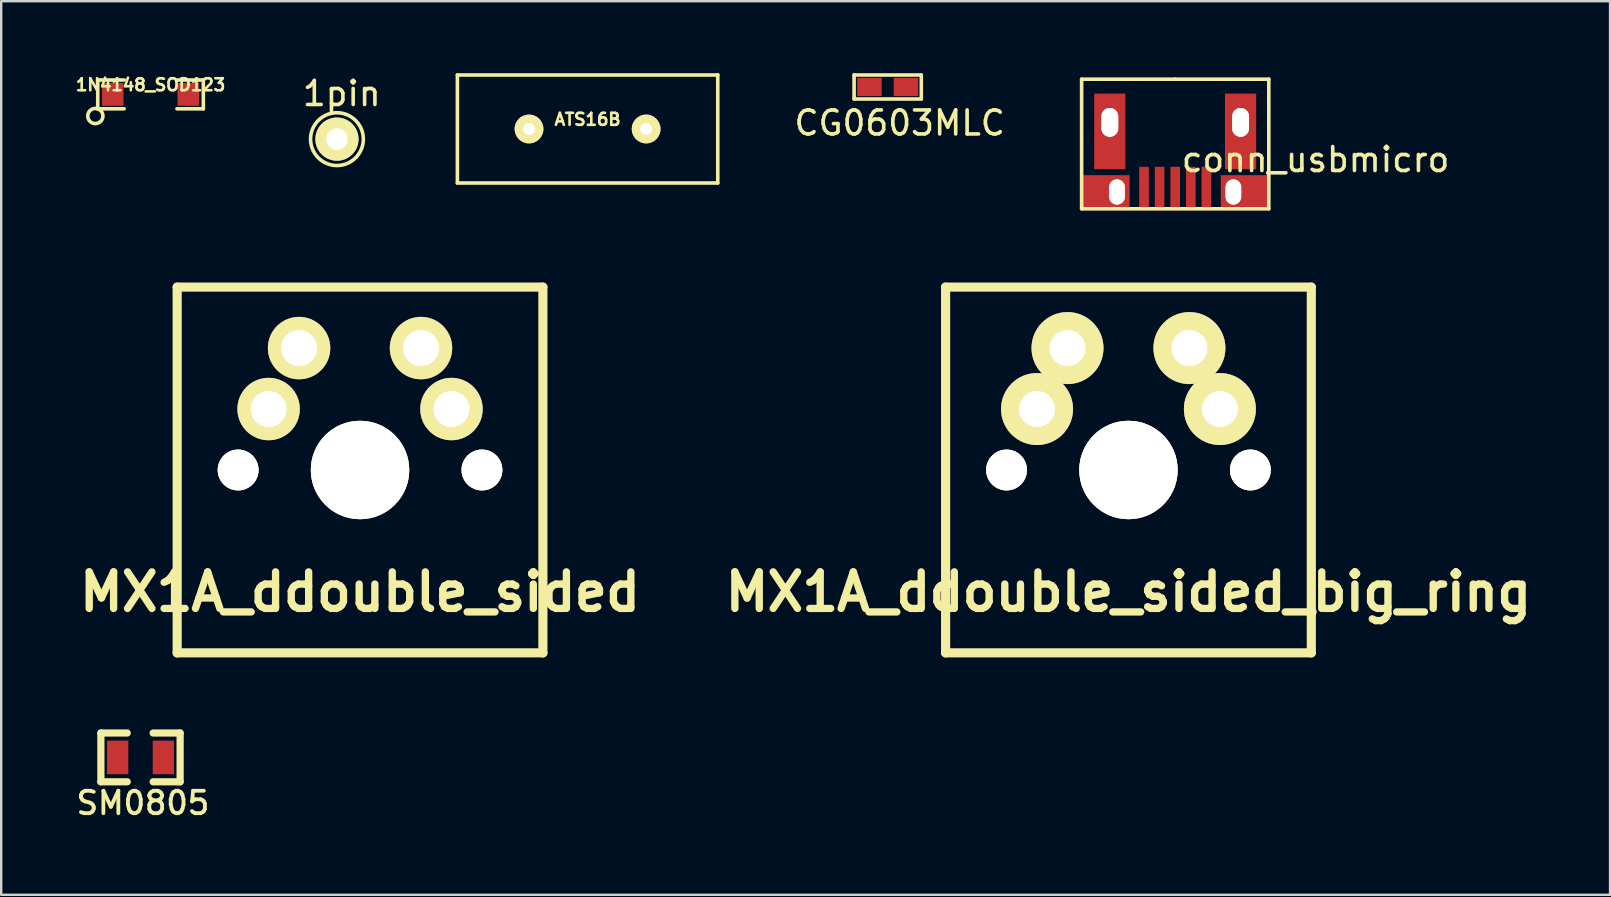
<source format=kicad_pcb>
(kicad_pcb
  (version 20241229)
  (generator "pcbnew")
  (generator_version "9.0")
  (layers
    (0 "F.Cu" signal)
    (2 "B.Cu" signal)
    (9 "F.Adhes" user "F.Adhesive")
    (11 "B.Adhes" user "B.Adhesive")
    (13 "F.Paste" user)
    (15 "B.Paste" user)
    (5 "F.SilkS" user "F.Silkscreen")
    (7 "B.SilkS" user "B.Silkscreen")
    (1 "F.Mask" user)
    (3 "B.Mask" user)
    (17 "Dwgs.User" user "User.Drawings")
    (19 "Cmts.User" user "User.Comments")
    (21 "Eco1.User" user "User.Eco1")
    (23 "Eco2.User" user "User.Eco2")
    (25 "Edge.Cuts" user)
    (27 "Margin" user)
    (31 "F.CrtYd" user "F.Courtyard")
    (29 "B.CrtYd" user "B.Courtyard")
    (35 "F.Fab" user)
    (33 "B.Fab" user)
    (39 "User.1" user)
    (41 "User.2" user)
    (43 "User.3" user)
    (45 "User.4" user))
  (footprint "conn_usbmicro"
    (layer "F.Cu")
    (at 45.922 0.25)
    (property "Reference" "conn_usbmicro" (at 5.85 3.35 0) (layer "F.SilkS") (effects (font (size 1 1) (thickness 0.15))))
    (attr through_hole)
    (fp_line (start -3.9 0) (end -3.9 5.4) (stroke (width 0.15) (type solid)) (layer "F.SilkS"))
    (fp_line (start -3.9 5.4) (end 3.9 5.4) (stroke (width 0.15) (type solid)) (layer "F.SilkS"))
    (fp_line (start 0 0) (end -3.9 0) (stroke (width 0.15) (type solid)) (layer "F.SilkS"))
    (fp_line (start 0 0) (end 3.9 0) (stroke (width 0.15) (type solid)) (layer "F.SilkS"))
    (fp_line (start 3.9 0) (end 3.9 5.4) (stroke (width 0.15) (type solid)) (layer "F.SilkS"))
    (pad "" smd rect (at -2.9 4.7) (size 2 1.4) (layers "F.Cu" "F.Mask" "F.Paste"))
    (pad "" thru_hole oval (at -2.725 1.8) (size 0.7 1.2) (drill oval 0.7 1.2) (layers "*.Cu" "*.Mask" "F.SilkS"))
    (pad "" smd rect (at -2.725 2.175) (size 1.3 3.15) (layers "F.Cu" "F.Mask" "F.Paste"))
    (pad "" thru_hole oval (at -2.425 4.7) (size 0.65 1.05) (drill oval 0.65 1.05) (layers "*.Cu" "*.Mask" "F.SilkS"))
    (pad "" thru_hole oval (at 2.425 4.7) (size 0.65 1.05) (drill oval 0.65 1.05) (layers "*.Cu" "*.Mask" "F.SilkS"))
    (pad "" thru_hole oval (at 2.725 1.8) (size 0.7 1.2) (drill oval 0.7 1.2) (layers "*.Cu" "*.Mask" "F.SilkS"))
    (pad "" smd rect (at 2.725 2.175) (size 1.3 3.15) (layers "F.Cu" "F.Mask" "F.Paste"))
    (pad "" smd rect (at 2.9 4.7) (size 2 1.4) (layers "F.Cu" "F.Mask" "F.Paste"))
    (pad "1" smd rect (at 1.3 4.525) (size 0.4 1.75) (layers "F.Cu" "F.Mask" "F.Paste"))
    (pad "2" smd rect (at 0.65 4.525) (size 0.4 1.75) (layers "F.Cu" "F.Mask" "F.Paste"))
    (pad "3" smd rect (at 0 4.525) (size 0.4 1.75) (layers "F.Cu" "F.Mask" "F.Paste"))
    (pad "4" smd rect (at -0.65 4.525) (size 0.4 1.75) (layers "F.Cu" "F.Mask" "F.Paste"))
    (pad "5" smd rect (at -1.3 4.525) (size 0.4 1.75) (layers "F.Cu" "F.Mask" "F.Paste")))
  (footprint "MX1A_ddouble_sided_big_ring"
    (layer "F.Cu")
    (at 43.974 16.535)
    (property "Reference" "MX1A_ddouble_sided_big_ring" (at 0 5.08 0) (layer "F.SilkS") (effects (font (size 1.524 1.524) (thickness 0.305))))
    (attr through_hole)
    (fp_line (start -7.62 -7.62) (end 7.62 -7.62) (stroke (width 0.381) (type solid)) (layer "F.SilkS"))
    (fp_line (start -7.62 7.62) (end -7.62 -7.62) (stroke (width 0.381) (type solid)) (layer "F.SilkS"))
    (fp_line (start 7.62 -7.62) (end 7.62 7.62) (stroke (width 0.381) (type solid)) (layer "F.SilkS"))
    (fp_line (start 7.62 7.62) (end -7.62 7.62) (stroke (width 0.381) (type solid)) (layer "F.SilkS"))
    (pad "0" thru_hole circle (at -5.08 0) (size 1.7 1.7) (drill 1.7) (layers "*.Cu" "*.Mask" "F.SilkS"))
    (pad "0" thru_hole circle (at 0 0) (size 4.1 4.1) (drill 4.1) (layers "*.Cu" "*.Mask" "F.SilkS"))
    (pad "0" thru_hole circle (at 5.08 0) (size 1.7 1.7) (drill 1.7) (layers "*.Cu" "*.Mask" "F.SilkS"))
    (pad "1" thru_hole circle (at -3.81 -2.54) (size 3 3) (drill 1.501) (layers "*.Cu" "*.Mask" "F.SilkS"))
    (pad "1" thru_hole circle (at -2.54 -5.08) (size 3 3) (drill 1.501) (layers "*.Cu" "*.Mask" "F.SilkS"))
    (pad "2" thru_hole circle (at 2.54 -5.08) (size 3 3) (drill 1.501) (layers "*.Cu" "*.Mask" "F.SilkS"))
    (pad "2" thru_hole circle (at 3.81 -2.54) (size 3 3) (drill 1.501) (layers "*.Cu" "*.Mask" "F.SilkS")))
  (footprint "1N4148_SOD123"
    (layer "F.Cu")
    (at 3.223 0.884)
    (property "Reference" "1N4148_SOD123" (at 0 -0.4 0) (layer "F.SilkS") (effects (font (size 0.5 0.5) (thickness 0.109))))
    (attr smd)
    (fp_line (start -2.2 -0.6) (end -2.2 0.6) (stroke (width 0.15) (type solid)) (layer "F.SilkS"))
    (fp_line (start -2.2 0.6) (end -1.1 0.6) (stroke (width 0.15) (type solid)) (layer "F.SilkS"))
    (fp_line (start -1.1 -0.6) (end -2.2 -0.6) (stroke (width 0.15) (type solid)) (layer "F.SilkS"))
    (fp_line (start 1.1 -0.6) (end 2.2 -0.6) (stroke (width 0.15) (type solid)) (layer "F.SilkS"))
    (fp_line (start 2.2 -0.6) (end 2.2 0.6) (stroke (width 0.15) (type solid)) (layer "F.SilkS"))
    (fp_line (start 2.2 0.6) (end 1.1 0.6) (stroke (width 0.15) (type solid)) (layer "F.SilkS"))
    (fp_circle (center -2.3 0.9) (end -2 1) (stroke (width 0.15) (type solid)) (fill no) (layer "F.SilkS"))
    (pad "1" smd rect (at -1.575 0) (size 0.9 0.95) (layers "F.Cu" "F.Mask" "F.Paste"))
    (pad "2" smd rect (at 1.575 0) (size 0.9 0.95) (layers "F.Cu" "F.Mask" "F.Paste")))
  (footprint "MX1A_ddouble_sided"
    (layer "F.Cu")
    (at 11.953 16.535)
    (property "Reference" "MX1A_ddouble_sided" (at 0 5.08 0) (layer "F.SilkS") (effects (font (size 1.524 1.524) (thickness 0.305))))
    (attr through_hole)
    (fp_line (start -7.62 -7.62) (end 7.62 -7.62) (stroke (width 0.381) (type solid)) (layer "F.SilkS"))
    (fp_line (start -7.62 7.62) (end -7.62 -7.62) (stroke (width 0.381) (type solid)) (layer "F.SilkS"))
    (fp_line (start 7.62 -7.62) (end 7.62 7.62) (stroke (width 0.381) (type solid)) (layer "F.SilkS"))
    (fp_line (start 7.62 7.62) (end -7.62 7.62) (stroke (width 0.381) (type solid)) (layer "F.SilkS"))
    (pad "0" thru_hole circle (at -5.08 0) (size 1.7 1.7) (drill 1.7) (layers "*.Cu" "*.Mask" "F.SilkS"))
    (pad "0" thru_hole circle (at 0 0) (size 4.1 4.1) (drill 4.1) (layers "*.Cu" "*.Mask" "F.SilkS"))
    (pad "0" thru_hole circle (at 5.08 0) (size 1.7 1.7) (drill 1.7) (layers "*.Cu" "*.Mask" "F.SilkS"))
    (pad "1" thru_hole circle (at -3.81 -2.54) (size 2.601 2.601) (drill 1.501) (layers "*.Cu" "*.Mask" "F.SilkS"))
    (pad "1" thru_hole circle (at -2.54 -5.08) (size 2.601 2.601) (drill 1.501) (layers "*.Cu" "*.Mask" "F.SilkS"))
    (pad "2" thru_hole circle (at 2.54 -5.08) (size 2.601 2.601) (drill 1.501) (layers "*.Cu" "*.Mask" "F.SilkS"))
    (pad "2" thru_hole circle (at 3.81 -2.54) (size 2.601 2.601) (drill 1.501) (layers "*.Cu" "*.Mask" "F.SilkS")))
  (footprint "SM0805"
    (layer "F.Cu")
    (at 2.805 28.512)
    (property "Reference" "SM0805" (at 0.1 1.9 0) (layer "F.SilkS") (effects (font (size 0.935 0.935) (thickness 0.159))))
    (attr smd)
    (fp_line (start -1.651 -1.016) (end -1.651 1.016) (stroke (width 0.3) (type solid)) (layer "F.SilkS"))
    (fp_line (start -1.651 1.016) (end -0.554 1.016) (stroke (width 0.3) (type solid)) (layer "F.SilkS"))
    (fp_line (start -0.554 -1.016) (end -1.651 -1.016) (stroke (width 0.3) (type solid)) (layer "F.SilkS"))
    (fp_line (start 0.527 -1.016) (end 1.651 -1.016) (stroke (width 0.3) (type solid)) (layer "F.SilkS"))
    (fp_line (start 1.651 -1.016) (end 1.651 1.016) (stroke (width 0.3) (type solid)) (layer "F.SilkS"))
    (fp_line (start 1.651 1.016) (end 0.527 1.016) (stroke (width 0.3) (type solid)) (layer "F.SilkS"))
    (pad "1" smd rect (at -0.953 0) (size 0.889 1.397) (layers "F.Cu" "F.Mask" "F.Paste"))
    (pad "2" smd rect (at 0.953 0) (size 0.889 1.397) (layers "F.Cu" "F.Mask" "F.Paste")))
  (footprint "ATS16B"
    (layer "F.Cu")
    (at 21.435 2.325)
    (property "Reference" "ATS16B" (at 0 -0.4 0) (layer "F.SilkS") (effects (font (size 0.5 0.5) (thickness 0.109))))
    (attr smd)
    (fp_line (start -5.425 -2.25) (end 5.425 -2.25) (stroke (width 0.15) (type solid)) (layer "F.SilkS"))
    (fp_line (start -5.425 2.25) (end -5.425 -2.25) (stroke (width 0.15) (type solid)) (layer "F.SilkS"))
    (fp_line (start -5.425 2.25) (end 5.425 2.25) (stroke (width 0.15) (type solid)) (layer "F.SilkS"))
    (fp_line (start 5.425 2.25) (end 5.425 -2.25) (stroke (width 0.15) (type solid)) (layer "F.SilkS"))
    (pad "1" thru_hole circle (at -2.44 0) (size 1.2 1.2) (drill 0.5) (layers "*.Cu" "*.Mask" "F.SilkS"))
    (pad "2" thru_hole circle (at 2.44 0) (size 1.2 1.2) (drill 0.5) (layers "*.Cu" "*.Mask" "F.SilkS")))
  (footprint "CG0603MLC"
    (layer "F.Cu")
    (at 33.941 0.575)
    (property "Reference" "CG0603MLC" (at 0.5 1.5 0) (layer "F.SilkS") (effects (font (size 1 1) (thickness 0.15))))
    (attr through_hole)
    (fp_line (start -1.4 -0.5) (end -1.4 0.5) (stroke (width 0.15) (type solid)) (layer "F.SilkS"))
    (fp_line (start -1.4 0.5) (end 1.4 0.5) (stroke (width 0.15) (type solid)) (layer "F.SilkS"))
    (fp_line (start 1.4 -0.5) (end -1.4 -0.5) (stroke (width 0.15) (type solid)) (layer "F.SilkS"))
    (fp_line (start 1.4 0.5) (end 1.4 -0.5) (stroke (width 0.15) (type solid)) (layer "F.SilkS"))
    (pad "1" smd rect (at -0.76 0) (size 1.02 0.76) (layers "F.Cu" "F.Mask" "F.Paste"))
    (pad "2" smd rect (at 0.76 0) (size 1.02 0.76) (layers "F.Cu" "F.Mask" "F.Paste")))
  (footprint "1pin"
    (layer "F.Cu")
    (at 10.991 2.748)
    (property "Reference" "1pin" (at 0.2 -1.9 0) (layer "F.SilkS") (effects (font (size 1 1) (thickness 0.15))))
    (attr through_hole)
    (fp_circle (center 0 0) (end 0 1.1) (stroke (width 0.15) (type solid)) (fill no) (layer "F.SilkS"))
    (pad "1" thru_hole circle (at 0 0) (size 1.8 1.8) (drill 0.9) (layers "*.Cu" "*.Mask" "F.SilkS")))
  (gr_rect
    (start -3 -3)
    (end 64.043 34.238)
    (stroke (width 0.1) (type default))
    (fill no)
    (layer "Edge.Cuts")))
</source>
